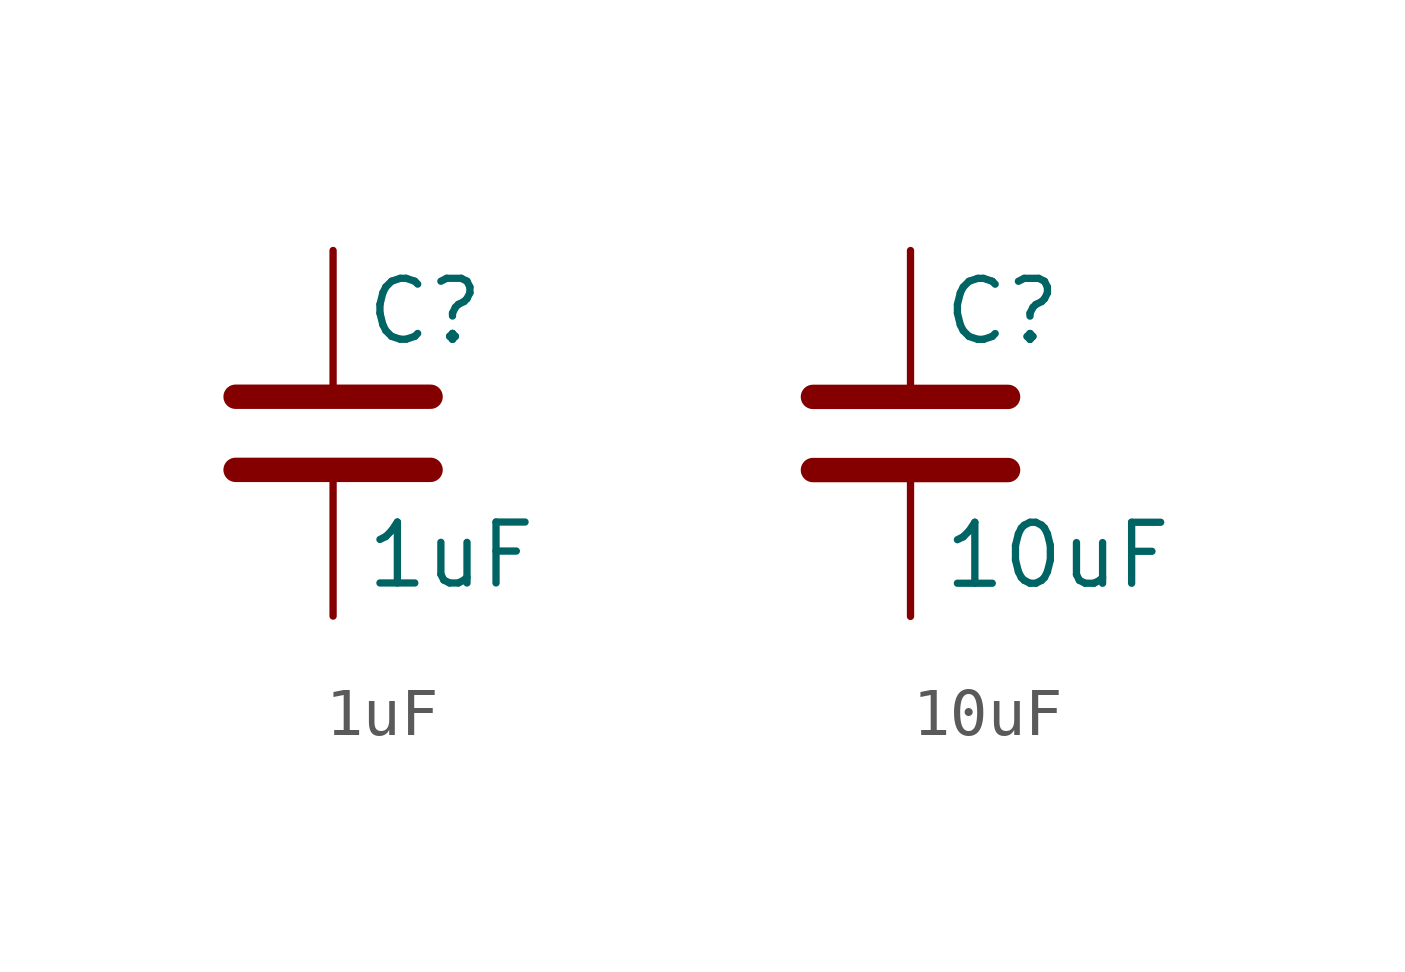
<source format=kicad_sym>
(kicad_symbol_lib
  (version 20220914)
  (generator kicad_symbol_editor)
  (symbol "1uF"
    (pin_numbers hide)
    (pin_names
      (offset 0.254))
    (property "Reference" "C"
      (at 0.635 2.54 0)
      (effects (font (size 1.27 1.27)) (justify left)))
    (property "Value" "1uF"
      (at 0.635 -2.54 0)
      (effects (font (size 1.27 1.27)) (justify left)))
    (symbol "1uF_0_1"
      (polyline (pts (xy -2.032 -0.762) (xy 2.032 -0.762)) (stroke (width 0.508) (type solid)) (fill (type none)))
      (polyline (pts (xy -2.032 0.762) (xy 2.032 0.762)) (stroke (width 0.508) (type solid)) (fill (type none))))
    (symbol "1uF_1_1"
      (pin passive line (at 0 3.81 270) (length 2.794) (name "~" (effects (font (size 1.27 1.27)))) (number "1" (effects (font (size 1.27 1.27)))))
      (pin passive line (at 0 -3.81 90) (length 2.794) (name "~" (effects (font (size 1.27 1.27)))) (number "2" (effects (font (size 1.27 1.27)))))))
  (symbol "10uF"
    (pin_numbers hide)
    (pin_names
      (offset 0.254))
    (property "Reference" "C"
      (at 0.635 2.54 0)
      (effects (font (size 1.27 1.27)) (justify left)))
    (property "Value" "10uF"
      (at 0.635 -2.54 0)
      (effects (font (size 1.27 1.27)) (justify left)))
    (symbol "10uF_0_1"
      (polyline (pts (xy -2.032 -0.762) (xy 2.032 -0.762)) (stroke (width 0.508) (type solid)) (fill (type none)))
      (polyline (pts (xy -2.032 0.762) (xy 2.032 0.762)) (stroke (width 0.508) (type solid)) (fill (type none))))
    (symbol "10uF_1_1"
      (pin passive line (at 0 3.81 270) (length 2.794) (name "~" (effects (font (size 1.27 1.27)))) (number "1" (effects (font (size 1.27 1.27)))))
      (pin passive line (at 0 -3.81 90) (length 2.794) (name "~" (effects (font (size 1.27 1.27)))) (number "2" (effects (font (size 1.27 1.27))))))))
</source>
